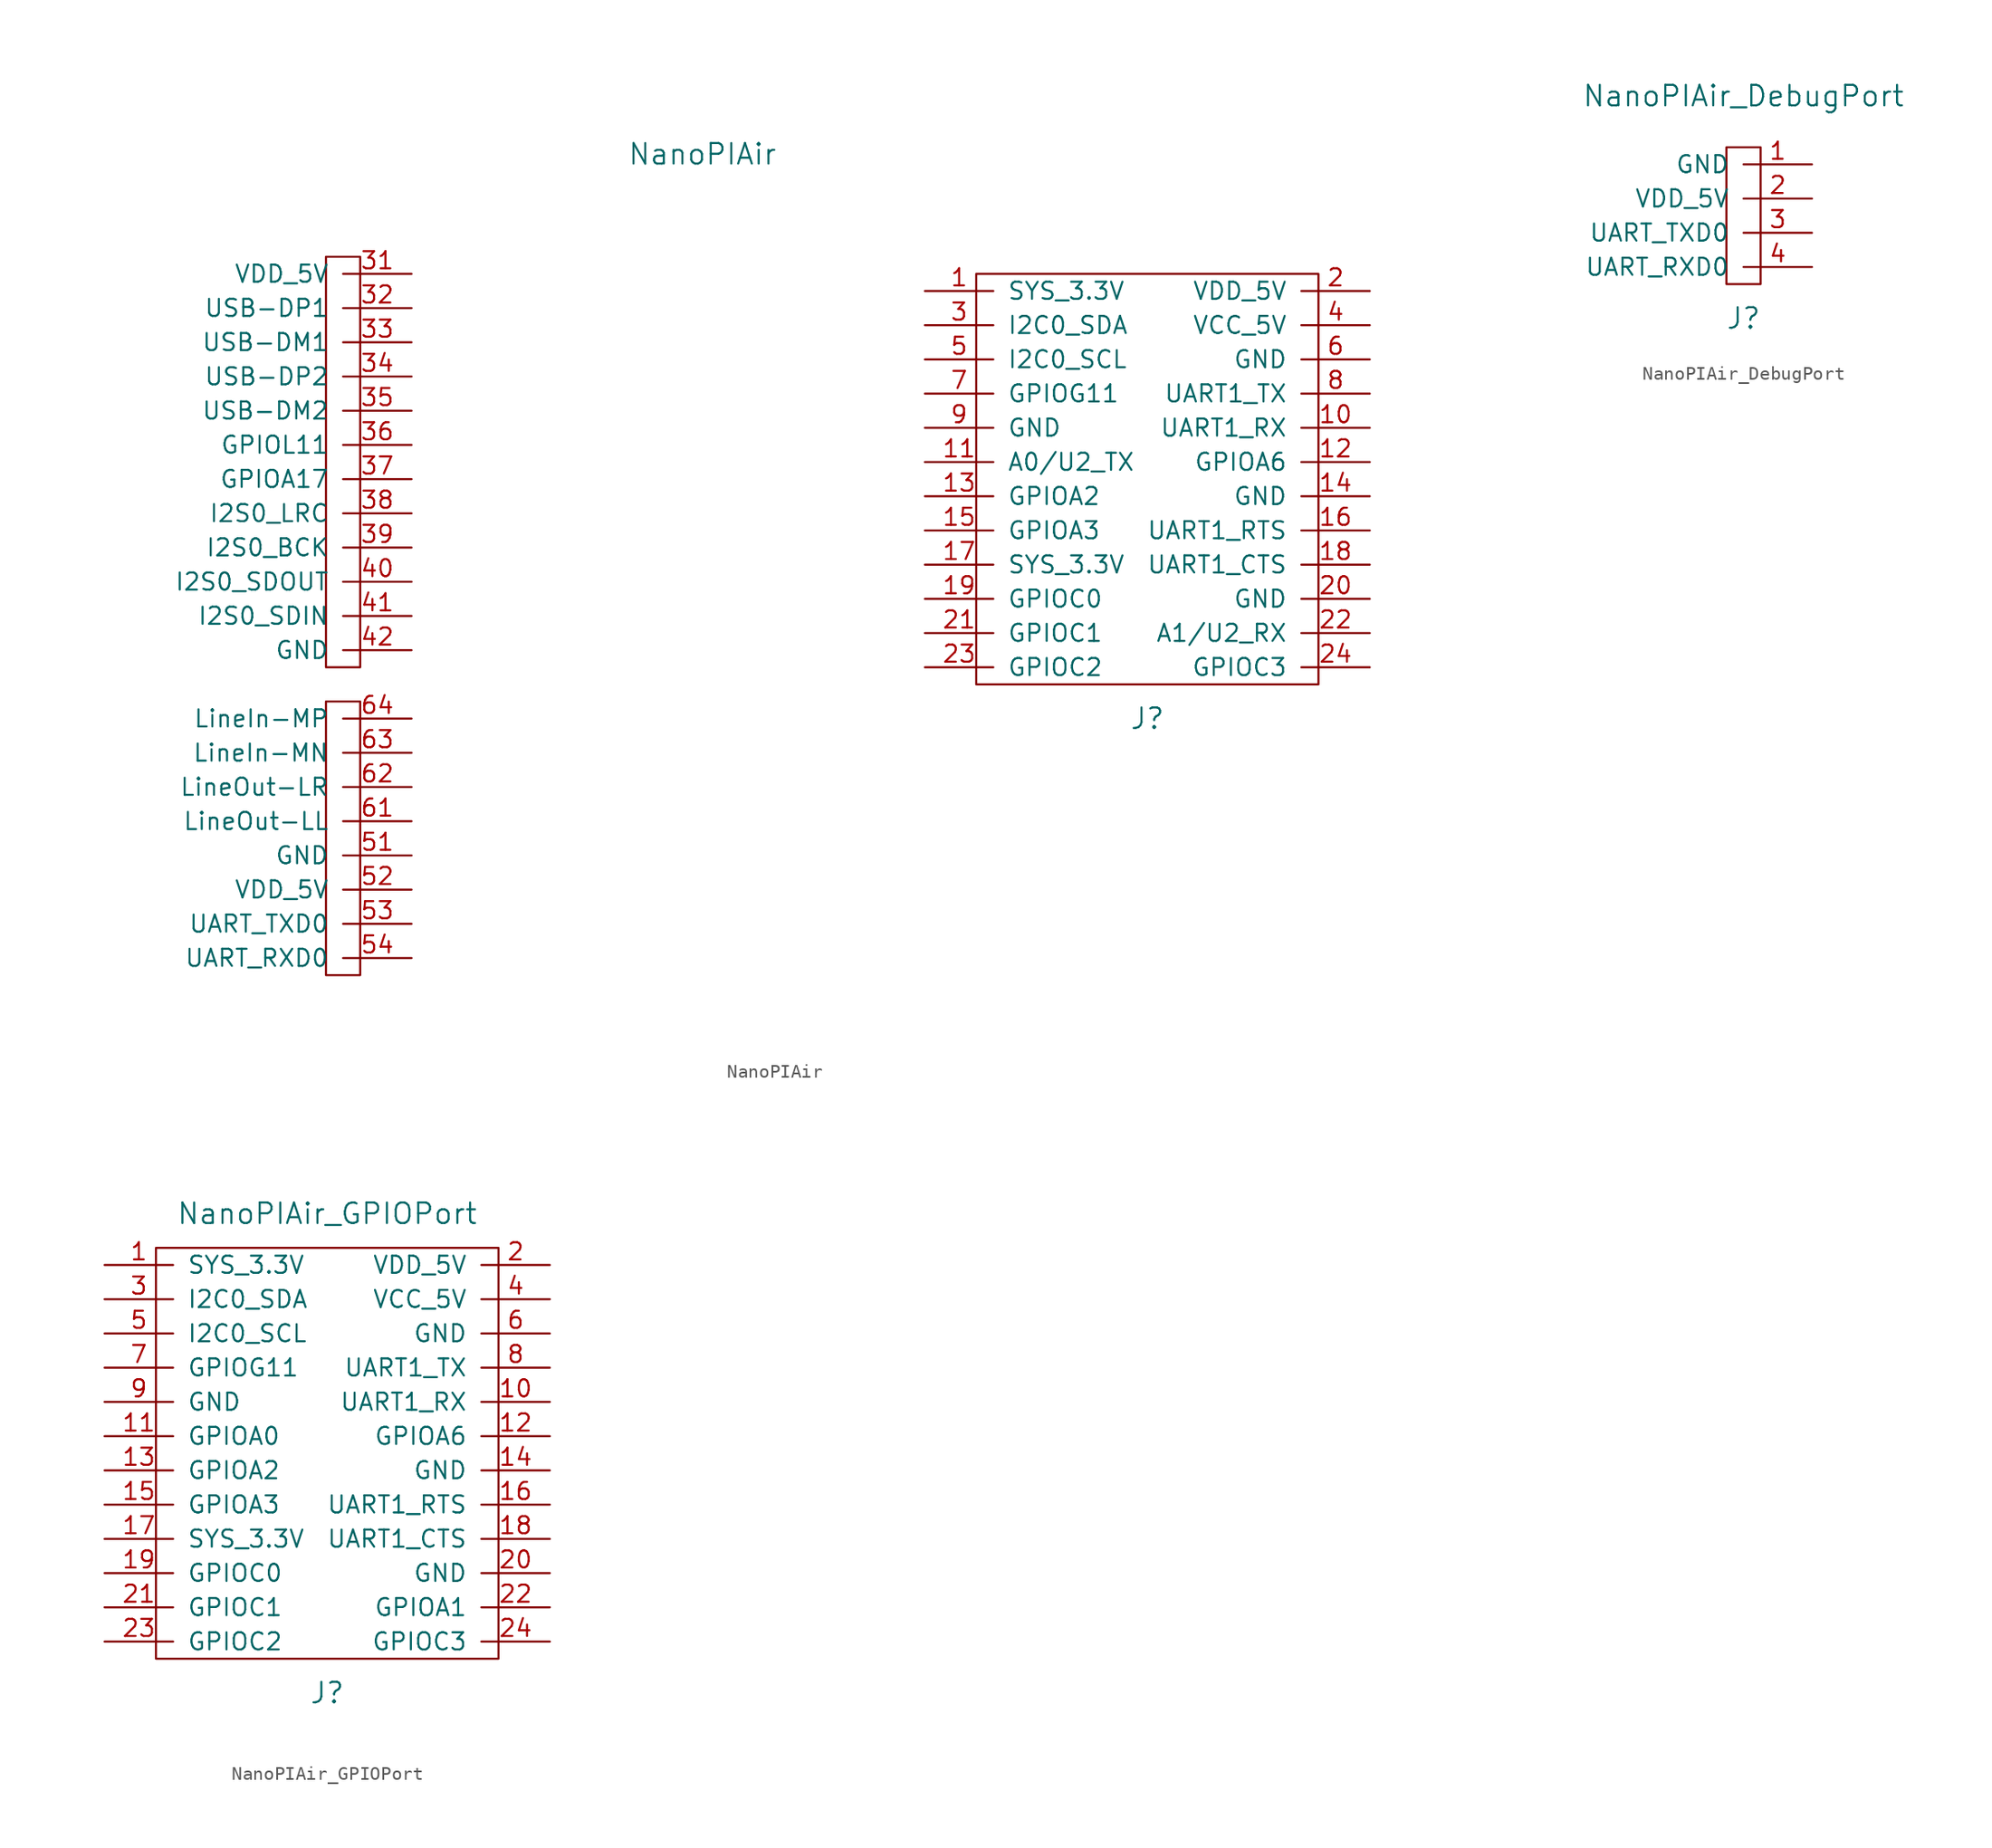
<source format=kicad_sym>
(kicad_symbol_lib
  (version 20220914)
  (generator kicad_symbol_editor)
  (symbol "NanoPIAir"
    (pin_names
      (offset 1.016))
    (property "Reference" "J"
      (at 26.67 -15.24 0)
      (effects (font (size 1.524 1.524))))
    (property "Value" "NanoPIAir"
      (at -6.35 26.67 0)
      (effects (font (size 1.524 1.524))))
    (symbol "NanoPIAir_0_1"
      (rectangle (start 13.97 -12.7) (end 39.37 17.78) (stroke (width 0) (type default)) (fill (type none))))
    (symbol "NanoPIAir_1_1"
      (rectangle (start -34.29 -13.97) (end -31.75 -34.29) (stroke (width 0) (type default)) (fill (type none)))
      (rectangle (start -34.29 -11.43) (end -31.75 19.05) (stroke (width 0) (type default)) (fill (type none)))
      (pin power_out line (at 10.16 16.51 0) (length 5.08) (name "SYS_3.3V" (effects (font (size 1.27 1.27)))) (number "1" (effects (font (size 1.27 1.27)))))
      (pin input line (at 43.18 6.35 180) (length 5.08) (name "UART1_RX" (effects (font (size 1.27 1.27)))) (number "10" (effects (font (size 1.27 1.27)))))
      (pin bidirectional line (at 10.16 3.81 0) (length 5.08) (name "A0/U2_TX" (effects (font (size 1.27 1.27)))) (number "11" (effects (font (size 1.27 1.27)))))
      (pin bidirectional line (at 43.18 3.81 180) (length 5.08) (name "GPIOA6" (effects (font (size 1.27 1.27)))) (number "12" (effects (font (size 1.27 1.27)))))
      (pin bidirectional line (at 10.16 1.27 0) (length 5.08) (name "GPIOA2" (effects (font (size 1.27 1.27)))) (number "13" (effects (font (size 1.27 1.27)))))
      (pin power_in line (at 43.18 1.27 180) (length 5.08) (name "GND" (effects (font (size 1.27 1.27)))) (number "14" (effects (font (size 1.27 1.27)))))
      (pin bidirectional line (at 10.16 -1.27 0) (length 5.08) (name "GPIOA3" (effects (font (size 1.27 1.27)))) (number "15" (effects (font (size 1.27 1.27)))))
      (pin output line (at 43.18 -1.27 180) (length 5.08) (name "UART1_RTS" (effects (font (size 1.27 1.27)))) (number "16" (effects (font (size 1.27 1.27)))))
      (pin power_out line (at 10.16 -3.81 0) (length 5.08) (name "SYS_3.3V" (effects (font (size 1.27 1.27)))) (number "17" (effects (font (size 1.27 1.27)))))
      (pin input line (at 43.18 -3.81 180) (length 5.08) (name "UART1_CTS" (effects (font (size 1.27 1.27)))) (number "18" (effects (font (size 1.27 1.27)))))
      (pin bidirectional line (at 10.16 -6.35 0) (length 5.08) (name "GPIOC0" (effects (font (size 1.27 1.27)))) (number "19" (effects (font (size 1.27 1.27)))))
      (pin power_in line (at 43.18 16.51 180) (length 5.08) (name "VDD_5V" (effects (font (size 1.27 1.27)))) (number "2" (effects (font (size 1.27 1.27)))))
      (pin power_in line (at 43.18 -6.35 180) (length 5.08) (name "GND" (effects (font (size 1.27 1.27)))) (number "20" (effects (font (size 1.27 1.27)))))
      (pin bidirectional line (at 10.16 -8.89 0) (length 5.08) (name "GPIOC1" (effects (font (size 1.27 1.27)))) (number "21" (effects (font (size 1.27 1.27)))))
      (pin bidirectional line (at 43.18 -8.89 180) (length 5.08) (name "A1/U2_RX" (effects (font (size 1.27 1.27)))) (number "22" (effects (font (size 1.27 1.27)))))
      (pin bidirectional line (at 10.16 -11.43 0) (length 5.08) (name "GPIOC2" (effects (font (size 1.27 1.27)))) (number "23" (effects (font (size 1.27 1.27)))))
      (pin bidirectional line (at 43.18 -11.43 180) (length 5.08) (name "GPIOC3" (effects (font (size 1.27 1.27)))) (number "24" (effects (font (size 1.27 1.27)))))
      (pin bidirectional line (at 10.16 13.97 0) (length 5.08) (name "I2C0_SDA" (effects (font (size 1.27 1.27)))) (number "3" (effects (font (size 1.27 1.27)))))
      (pin power_out line (at -27.94 17.78 180) (length 5.08) (name "VDD_5V" (effects (font (size 1.27 1.27)))) (number "31" (effects (font (size 1.27 1.27)))))
      (pin bidirectional line (at -27.94 15.24 180) (length 5.08) (name "USB-DP1" (effects (font (size 1.27 1.27)))) (number "32" (effects (font (size 1.27 1.27)))))
      (pin bidirectional line (at -27.94 12.7 180) (length 5.08) (name "USB-DM1" (effects (font (size 1.27 1.27)))) (number "33" (effects (font (size 1.27 1.27)))))
      (pin bidirectional line (at -27.94 10.16 180) (length 5.08) (name "USB-DP2" (effects (font (size 1.27 1.27)))) (number "34" (effects (font (size 1.27 1.27)))))
      (pin bidirectional line (at -27.94 7.62 180) (length 5.08) (name "USB-DM2" (effects (font (size 1.27 1.27)))) (number "35" (effects (font (size 1.27 1.27)))))
      (pin bidirectional line (at -27.94 5.08 180) (length 5.08) (name "GPIOL11" (effects (font (size 1.27 1.27)))) (number "36" (effects (font (size 1.27 1.27)))))
      (pin bidirectional line (at -27.94 2.54 180) (length 5.08) (name "GPIOA17" (effects (font (size 1.27 1.27)))) (number "37" (effects (font (size 1.27 1.27)))))
      (pin bidirectional line (at -27.94 0 180) (length 5.08) (name "I2S0_LRC" (effects (font (size 1.27 1.27)))) (number "38" (effects (font (size 1.27 1.27)))))
      (pin bidirectional line (at -27.94 -2.54 180) (length 5.08) (name "I2S0_BCK" (effects (font (size 1.27 1.27)))) (number "39" (effects (font (size 1.27 1.27)))))
      (pin power_in line (at 43.18 13.97 180) (length 5.08) (name "VCC_5V" (effects (font (size 1.27 1.27)))) (number "4" (effects (font (size 1.27 1.27)))))
      (pin output line (at -27.94 -5.08 180) (length 5.08) (name "I2S0_SDOUT" (effects (font (size 1.27 1.27)))) (number "40" (effects (font (size 1.27 1.27)))))
      (pin input line (at -27.94 -7.62 180) (length 5.08) (name "I2S0_SDIN" (effects (font (size 1.27 1.27)))) (number "41" (effects (font (size 1.27 1.27)))))
      (pin power_in line (at -27.94 -10.16 180) (length 5.08) (name "GND" (effects (font (size 1.27 1.27)))) (number "42" (effects (font (size 1.27 1.27)))))
      (pin bidirectional line (at 10.16 11.43 0) (length 5.08) (name "I2C0_SCL" (effects (font (size 1.27 1.27)))) (number "5" (effects (font (size 1.27 1.27)))))
      (pin power_in line (at -27.94 -25.4 180) (length 5.08) (name "GND" (effects (font (size 1.27 1.27)))) (number "51" (effects (font (size 1.27 1.27)))))
      (pin power_in line (at -27.94 -27.94 180) (length 5.08) (name "VDD_5V" (effects (font (size 1.27 1.27)))) (number "52" (effects (font (size 1.27 1.27)))))
      (pin output line (at -27.94 -30.48 180) (length 5.08) (name "UART_TXD0" (effects (font (size 1.27 1.27)))) (number "53" (effects (font (size 1.27 1.27)))))
      (pin input line (at -27.94 -33.02 180) (length 5.08) (name "UART_RXD0" (effects (font (size 1.27 1.27)))) (number "54" (effects (font (size 1.27 1.27)))))
      (pin power_in line (at 43.18 11.43 180) (length 5.08) (name "GND" (effects (font (size 1.27 1.27)))) (number "6" (effects (font (size 1.27 1.27)))))
      (pin output line (at -27.94 -22.86 180) (length 5.08) (name "LineOut-LL" (effects (font (size 1.27 1.27)))) (number "61" (effects (font (size 1.27 1.27)))))
      (pin output line (at -27.94 -20.32 180) (length 5.08) (name "LineOut-LR" (effects (font (size 1.27 1.27)))) (number "62" (effects (font (size 1.27 1.27)))))
      (pin input line (at -27.94 -17.78 180) (length 5.08) (name "LineIn-MN" (effects (font (size 1.27 1.27)))) (number "63" (effects (font (size 1.27 1.27)))))
      (pin input line (at -27.94 -15.24 180) (length 5.08) (name "LineIn-MP" (effects (font (size 1.27 1.27)))) (number "64" (effects (font (size 1.27 1.27)))))
      (pin bidirectional line (at 10.16 8.89 0) (length 5.08) (name "GPIOG11" (effects (font (size 1.27 1.27)))) (number "7" (effects (font (size 1.27 1.27)))))
      (pin output line (at 43.18 8.89 180) (length 5.08) (name "UART1_TX" (effects (font (size 1.27 1.27)))) (number "8" (effects (font (size 1.27 1.27)))))
      (pin power_in line (at 10.16 6.35 0) (length 5.08) (name "GND" (effects (font (size 1.27 1.27)))) (number "9" (effects (font (size 1.27 1.27)))))))
  (symbol "NanoPIAir_DebugPort"
    (pin_names
      (offset 1.016))
    (property "Reference" "J"
      (at 0 -7.62 0)
      (effects (font (size 1.524 1.524))))
    (property "Value" "NanoPIAir_DebugPort"
      (at 0 8.89 0)
      (effects (font (size 1.524 1.524))))
    (symbol "NanoPIAir_DebugPort_0_1"
      (rectangle (start -1.27 -5.08) (end 1.27 5.08) (stroke (width 0) (type default)) (fill (type none))))
    (symbol "NanoPIAir_DebugPort_1_1"
      (pin power_in line (at 5.08 3.81 180) (length 5.08) (name "GND" (effects (font (size 1.27 1.27)))) (number "1" (effects (font (size 1.27 1.27)))))
      (pin power_in line (at 5.08 1.27 180) (length 5.08) (name "VDD_5V" (effects (font (size 1.27 1.27)))) (number "2" (effects (font (size 1.27 1.27)))))
      (pin output line (at 5.08 -1.27 180) (length 5.08) (name "UART_TXD0" (effects (font (size 1.27 1.27)))) (number "3" (effects (font (size 1.27 1.27)))))
      (pin input line (at 5.08 -3.81 180) (length 5.08) (name "UART_RXD0" (effects (font (size 1.27 1.27)))) (number "4" (effects (font (size 1.27 1.27)))))))
  (symbol "NanoPIAir_GPIOPort"
    (pin_names
      (offset 1.016))
    (property "Reference" "J"
      (at 0 -17.78 0)
      (effects (font (size 1.524 1.524))))
    (property "Value" "NanoPIAir_GPIOPort"
      (at 0 17.78 0)
      (effects (font (size 1.524 1.524))))
    (symbol "NanoPIAir_GPIOPort_0_1"
      (rectangle (start -12.7 -15.24) (end 12.7 15.24) (stroke (width 0) (type default)) (fill (type none))))
    (symbol "NanoPIAir_GPIOPort_1_1"
      (pin power_out line (at -16.51 13.97 0) (length 5.08) (name "SYS_3.3V" (effects (font (size 1.27 1.27)))) (number "1" (effects (font (size 1.27 1.27)))))
      (pin input line (at 16.51 3.81 180) (length 5.08) (name "UART1_RX" (effects (font (size 1.27 1.27)))) (number "10" (effects (font (size 1.27 1.27)))))
      (pin bidirectional line (at -16.51 1.27 0) (length 5.08) (name "GPIOA0" (effects (font (size 1.27 1.27)))) (number "11" (effects (font (size 1.27 1.27)))))
      (pin bidirectional line (at 16.51 1.27 180) (length 5.08) (name "GPIOA6" (effects (font (size 1.27 1.27)))) (number "12" (effects (font (size 1.27 1.27)))))
      (pin bidirectional line (at -16.51 -1.27 0) (length 5.08) (name "GPIOA2" (effects (font (size 1.27 1.27)))) (number "13" (effects (font (size 1.27 1.27)))))
      (pin power_in line (at 16.51 -1.27 180) (length 5.08) (name "GND" (effects (font (size 1.27 1.27)))) (number "14" (effects (font (size 1.27 1.27)))))
      (pin bidirectional line (at -16.51 -3.81 0) (length 5.08) (name "GPIOA3" (effects (font (size 1.27 1.27)))) (number "15" (effects (font (size 1.27 1.27)))))
      (pin output line (at 16.51 -3.81 180) (length 5.08) (name "UART1_RTS" (effects (font (size 1.27 1.27)))) (number "16" (effects (font (size 1.27 1.27)))))
      (pin power_out line (at -16.51 -6.35 0) (length 5.08) (name "SYS_3.3V" (effects (font (size 1.27 1.27)))) (number "17" (effects (font (size 1.27 1.27)))))
      (pin input line (at 16.51 -6.35 180) (length 5.08) (name "UART1_CTS" (effects (font (size 1.27 1.27)))) (number "18" (effects (font (size 1.27 1.27)))))
      (pin bidirectional line (at -16.51 -8.89 0) (length 5.08) (name "GPIOC0" (effects (font (size 1.27 1.27)))) (number "19" (effects (font (size 1.27 1.27)))))
      (pin power_in line (at 16.51 13.97 180) (length 5.08) (name "VDD_5V" (effects (font (size 1.27 1.27)))) (number "2" (effects (font (size 1.27 1.27)))))
      (pin power_in line (at 16.51 -8.89 180) (length 5.08) (name "GND" (effects (font (size 1.27 1.27)))) (number "20" (effects (font (size 1.27 1.27)))))
      (pin bidirectional line (at -16.51 -11.43 0) (length 5.08) (name "GPIOC1" (effects (font (size 1.27 1.27)))) (number "21" (effects (font (size 1.27 1.27)))))
      (pin bidirectional line (at 16.51 -11.43 180) (length 5.08) (name "GPIOA1" (effects (font (size 1.27 1.27)))) (number "22" (effects (font (size 1.27 1.27)))))
      (pin bidirectional line (at -16.51 -13.97 0) (length 5.08) (name "GPIOC2" (effects (font (size 1.27 1.27)))) (number "23" (effects (font (size 1.27 1.27)))))
      (pin bidirectional line (at 16.51 -13.97 180) (length 5.08) (name "GPIOC3" (effects (font (size 1.27 1.27)))) (number "24" (effects (font (size 1.27 1.27)))))
      (pin bidirectional line (at -16.51 11.43 0) (length 5.08) (name "I2C0_SDA" (effects (font (size 1.27 1.27)))) (number "3" (effects (font (size 1.27 1.27)))))
      (pin power_in line (at 16.51 11.43 180) (length 5.08) (name "VCC_5V" (effects (font (size 1.27 1.27)))) (number "4" (effects (font (size 1.27 1.27)))))
      (pin bidirectional line (at -16.51 8.89 0) (length 5.08) (name "I2C0_SCL" (effects (font (size 1.27 1.27)))) (number "5" (effects (font (size 1.27 1.27)))))
      (pin power_in line (at 16.51 8.89 180) (length 5.08) (name "GND" (effects (font (size 1.27 1.27)))) (number "6" (effects (font (size 1.27 1.27)))))
      (pin bidirectional line (at -16.51 6.35 0) (length 5.08) (name "GPIOG11" (effects (font (size 1.27 1.27)))) (number "7" (effects (font (size 1.27 1.27)))))
      (pin output line (at 16.51 6.35 180) (length 5.08) (name "UART1_TX" (effects (font (size 1.27 1.27)))) (number "8" (effects (font (size 1.27 1.27)))))
      (pin power_in line (at -16.51 3.81 0) (length 5.08) (name "GND" (effects (font (size 1.27 1.27)))) (number "9" (effects (font (size 1.27 1.27))))))))
</source>
